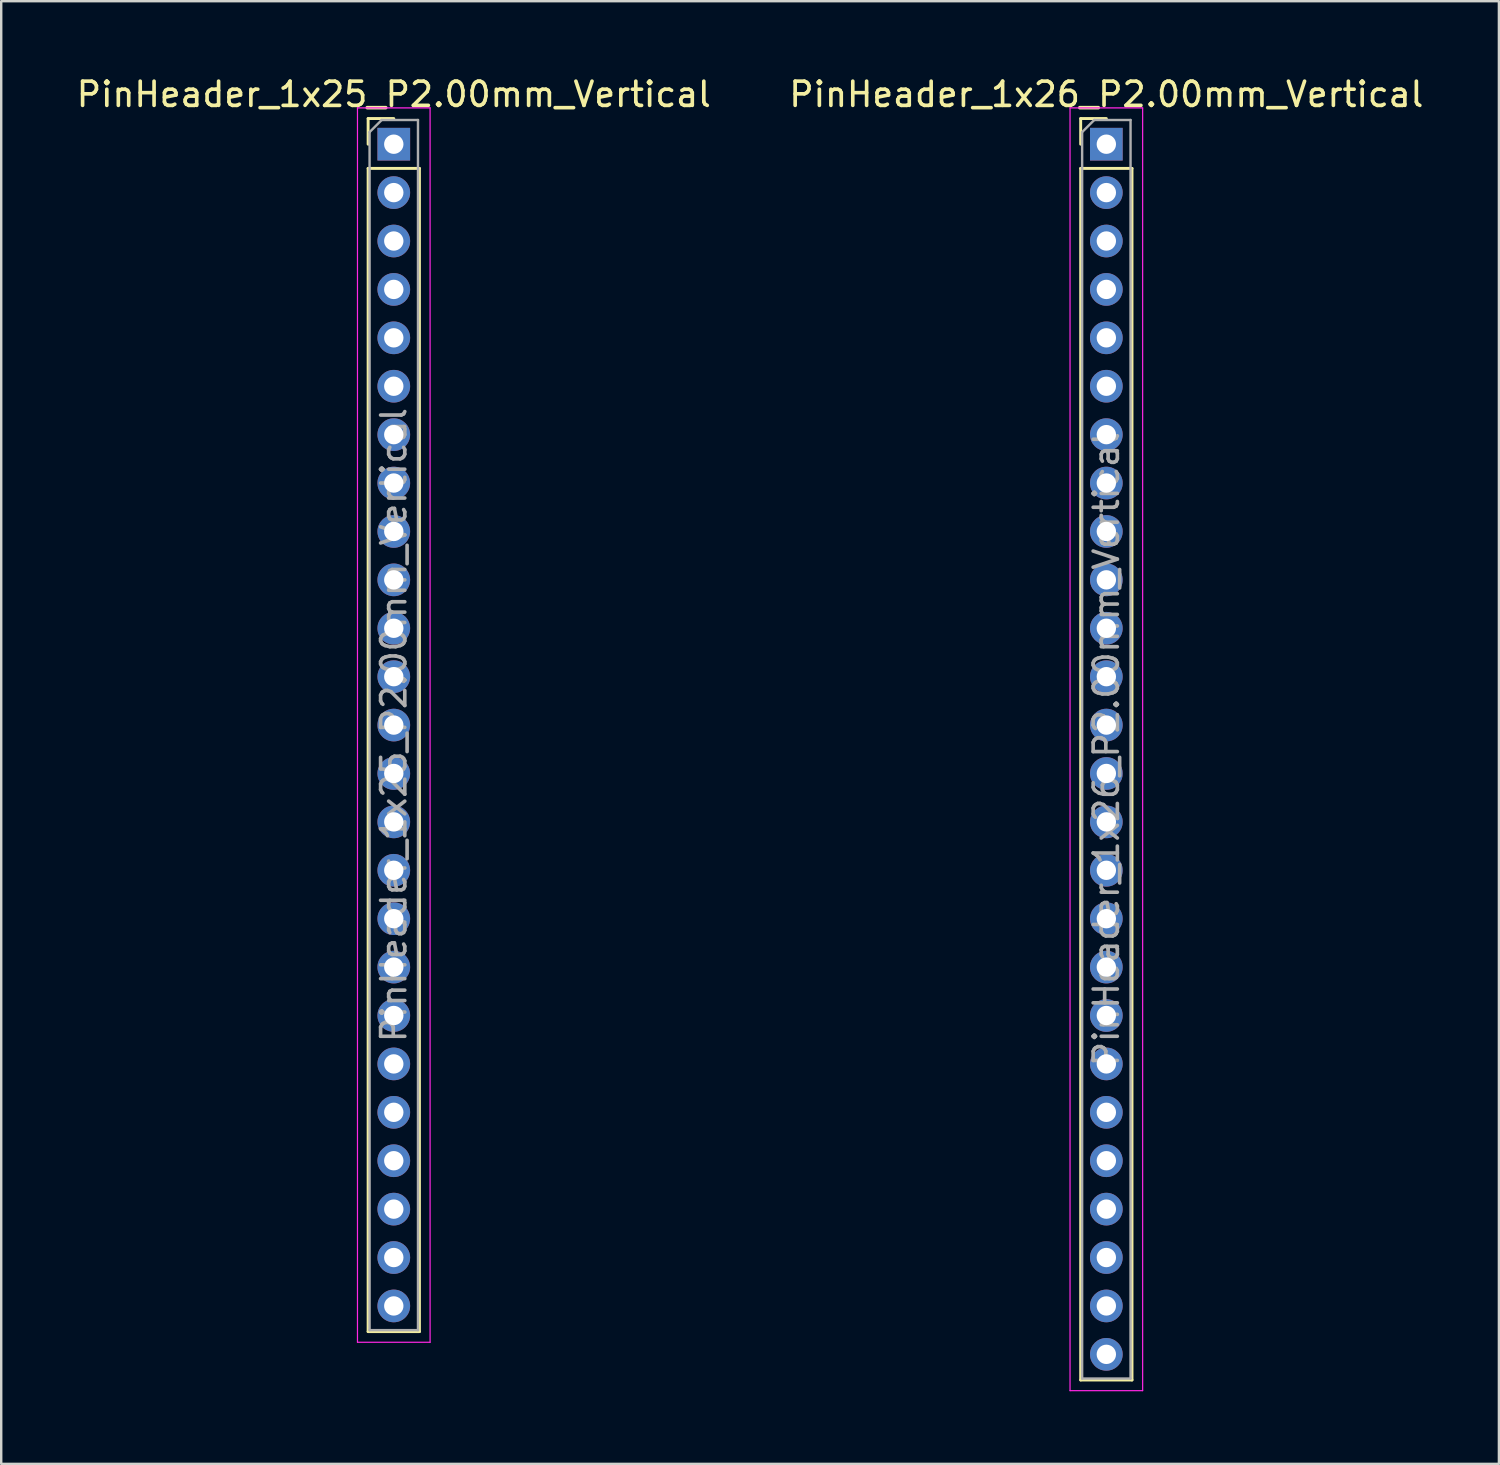
<source format=kicad_pcb>
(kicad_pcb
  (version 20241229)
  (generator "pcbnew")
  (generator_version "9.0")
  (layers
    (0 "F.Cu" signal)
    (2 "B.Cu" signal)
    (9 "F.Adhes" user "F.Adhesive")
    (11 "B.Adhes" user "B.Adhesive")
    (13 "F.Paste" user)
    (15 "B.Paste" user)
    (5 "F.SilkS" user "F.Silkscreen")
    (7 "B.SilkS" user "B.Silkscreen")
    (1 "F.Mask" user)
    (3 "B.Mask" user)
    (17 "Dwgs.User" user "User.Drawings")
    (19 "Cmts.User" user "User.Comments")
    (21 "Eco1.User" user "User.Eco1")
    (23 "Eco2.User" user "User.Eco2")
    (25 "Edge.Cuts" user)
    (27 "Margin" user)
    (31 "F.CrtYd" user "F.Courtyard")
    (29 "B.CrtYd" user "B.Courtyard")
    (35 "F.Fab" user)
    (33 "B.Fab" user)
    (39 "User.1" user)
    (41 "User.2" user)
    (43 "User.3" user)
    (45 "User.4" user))
  (footprint "PinHeader_1x26_P2.00mm_Vertical"
    (layer "F.Cu")
    (at 42.661 2.908)
    (property "Reference" "PinHeader_1x26_P2.00mm_Vertical" (at 0 -2.06 0) (layer "F.SilkS") (effects (font (size 1 1) (thickness 0.15))))
    (attr through_hole)
    (fp_line (start -1.06 -1.06) (end 0 -1.06) (stroke (width 0.12) (type solid)) (layer "F.SilkS"))
    (fp_line (start -1.06 0) (end -1.06 -1.06) (stroke (width 0.12) (type solid)) (layer "F.SilkS"))
    (fp_line (start -1.06 1) (end -1.06 51.06) (stroke (width 0.12) (type solid)) (layer "F.SilkS"))
    (fp_line (start -1.06 1) (end 1.06 1) (stroke (width 0.12) (type solid)) (layer "F.SilkS"))
    (fp_line (start -1.06 51.06) (end 1.06 51.06) (stroke (width 0.12) (type solid)) (layer "F.SilkS"))
    (fp_line (start 1.06 1) (end 1.06 51.06) (stroke (width 0.12) (type solid)) (layer "F.SilkS"))
    (fp_line (start -1.5 -1.5) (end -1.5 51.5) (stroke (width 0.05) (type solid)) (layer "F.CrtYd"))
    (fp_line (start -1.5 51.5) (end 1.5 51.5) (stroke (width 0.05) (type solid)) (layer "F.CrtYd"))
    (fp_line (start 1.5 -1.5) (end -1.5 -1.5) (stroke (width 0.05) (type solid)) (layer "F.CrtYd"))
    (fp_line (start 1.5 51.5) (end 1.5 -1.5) (stroke (width 0.05) (type solid)) (layer "F.CrtYd"))
    (fp_line (start -1 -0.5) (end -0.5 -1) (stroke (width 0.1) (type solid)) (layer "F.Fab"))
    (fp_line (start -1 51) (end -1 -0.5) (stroke (width 0.1) (type solid)) (layer "F.Fab"))
    (fp_line (start -0.5 -1) (end 1 -1) (stroke (width 0.1) (type solid)) (layer "F.Fab"))
    (fp_line (start 1 -1) (end 1 51) (stroke (width 0.1) (type solid)) (layer "F.Fab"))
    (fp_line (start 1 51) (end -1 51) (stroke (width 0.1) (type solid)) (layer "F.Fab"))
    (fp_text user "${REFERENCE}" (at 0 25 90) (layer "F.Fab") (effects (font (size 1 1) (thickness 0.15))))
    (pad "1" thru_hole rect (at 0 0) (size 1.35 1.35) (drill 0.8) (layers "*.Cu" "*.Mask"))
    (pad "2" thru_hole oval (at 0 2) (size 1.35 1.35) (drill 0.8) (layers "*.Cu" "*.Mask"))
    (pad "3" thru_hole oval (at 0 4) (size 1.35 1.35) (drill 0.8) (layers "*.Cu" "*.Mask"))
    (pad "4" thru_hole oval (at 0 6) (size 1.35 1.35) (drill 0.8) (layers "*.Cu" "*.Mask"))
    (pad "5" thru_hole oval (at 0 8) (size 1.35 1.35) (drill 0.8) (layers "*.Cu" "*.Mask"))
    (pad "6" thru_hole oval (at 0 10) (size 1.35 1.35) (drill 0.8) (layers "*.Cu" "*.Mask"))
    (pad "7" thru_hole oval (at 0 12) (size 1.35 1.35) (drill 0.8) (layers "*.Cu" "*.Mask"))
    (pad "8" thru_hole oval (at 0 14) (size 1.35 1.35) (drill 0.8) (layers "*.Cu" "*.Mask"))
    (pad "9" thru_hole oval (at 0 16) (size 1.35 1.35) (drill 0.8) (layers "*.Cu" "*.Mask"))
    (pad "10" thru_hole oval (at 0 18) (size 1.35 1.35) (drill 0.8) (layers "*.Cu" "*.Mask"))
    (pad "11" thru_hole oval (at 0 20) (size 1.35 1.35) (drill 0.8) (layers "*.Cu" "*.Mask"))
    (pad "12" thru_hole oval (at 0 22) (size 1.35 1.35) (drill 0.8) (layers "*.Cu" "*.Mask"))
    (pad "13" thru_hole oval (at 0 24) (size 1.35 1.35) (drill 0.8) (layers "*.Cu" "*.Mask"))
    (pad "14" thru_hole oval (at 0 26) (size 1.35 1.35) (drill 0.8) (layers "*.Cu" "*.Mask"))
    (pad "15" thru_hole oval (at 0 28) (size 1.35 1.35) (drill 0.8) (layers "*.Cu" "*.Mask"))
    (pad "16" thru_hole oval (at 0 30) (size 1.35 1.35) (drill 0.8) (layers "*.Cu" "*.Mask"))
    (pad "17" thru_hole oval (at 0 32) (size 1.35 1.35) (drill 0.8) (layers "*.Cu" "*.Mask"))
    (pad "18" thru_hole oval (at 0 34) (size 1.35 1.35) (drill 0.8) (layers "*.Cu" "*.Mask"))
    (pad "19" thru_hole oval (at 0 36) (size 1.35 1.35) (drill 0.8) (layers "*.Cu" "*.Mask"))
    (pad "20" thru_hole oval (at 0 38) (size 1.35 1.35) (drill 0.8) (layers "*.Cu" "*.Mask"))
    (pad "21" thru_hole oval (at 0 40) (size 1.35 1.35) (drill 0.8) (layers "*.Cu" "*.Mask"))
    (pad "22" thru_hole oval (at 0 42) (size 1.35 1.35) (drill 0.8) (layers "*.Cu" "*.Mask"))
    (pad "23" thru_hole oval (at 0 44) (size 1.35 1.35) (drill 0.8) (layers "*.Cu" "*.Mask"))
    (pad "24" thru_hole oval (at 0 46) (size 1.35 1.35) (drill 0.8) (layers "*.Cu" "*.Mask"))
    (pad "25" thru_hole oval (at 0 48) (size 1.35 1.35) (drill 0.8) (layers "*.Cu" "*.Mask"))
    (pad "26" thru_hole oval (at 0 50) (size 1.35 1.35) (drill 0.8) (layers "*.Cu" "*.Mask")))
  (footprint "PinHeader_1x25_P2.00mm_Vertical"
    (layer "F.Cu")
    (at 13.22 2.908)
    (property "Reference" "PinHeader_1x25_P2.00mm_Vertical" (at 0 -2.06 0) (layer "F.SilkS") (effects (font (size 1 1) (thickness 0.15))))
    (attr through_hole)
    (fp_line (start -1.06 -1.06) (end 0 -1.06) (stroke (width 0.12) (type solid)) (layer "F.SilkS"))
    (fp_line (start -1.06 0) (end -1.06 -1.06) (stroke (width 0.12) (type solid)) (layer "F.SilkS"))
    (fp_line (start -1.06 1) (end -1.06 49.06) (stroke (width 0.12) (type solid)) (layer "F.SilkS"))
    (fp_line (start -1.06 1) (end 1.06 1) (stroke (width 0.12) (type solid)) (layer "F.SilkS"))
    (fp_line (start -1.06 49.06) (end 1.06 49.06) (stroke (width 0.12) (type solid)) (layer "F.SilkS"))
    (fp_line (start 1.06 1) (end 1.06 49.06) (stroke (width 0.12) (type solid)) (layer "F.SilkS"))
    (fp_line (start -1.5 -1.5) (end -1.5 49.5) (stroke (width 0.05) (type solid)) (layer "F.CrtYd"))
    (fp_line (start -1.5 49.5) (end 1.5 49.5) (stroke (width 0.05) (type solid)) (layer "F.CrtYd"))
    (fp_line (start 1.5 -1.5) (end -1.5 -1.5) (stroke (width 0.05) (type solid)) (layer "F.CrtYd"))
    (fp_line (start 1.5 49.5) (end 1.5 -1.5) (stroke (width 0.05) (type solid)) (layer "F.CrtYd"))
    (fp_line (start -1 -0.5) (end -0.5 -1) (stroke (width 0.1) (type solid)) (layer "F.Fab"))
    (fp_line (start -1 49) (end -1 -0.5) (stroke (width 0.1) (type solid)) (layer "F.Fab"))
    (fp_line (start -0.5 -1) (end 1 -1) (stroke (width 0.1) (type solid)) (layer "F.Fab"))
    (fp_line (start 1 -1) (end 1 49) (stroke (width 0.1) (type solid)) (layer "F.Fab"))
    (fp_line (start 1 49) (end -1 49) (stroke (width 0.1) (type solid)) (layer "F.Fab"))
    (fp_text user "${REFERENCE}" (at 0 24 90) (layer "F.Fab") (effects (font (size 1 1) (thickness 0.15))))
    (pad "1" thru_hole rect (at 0 0) (size 1.35 1.35) (drill 0.8) (layers "*.Cu" "*.Mask"))
    (pad "2" thru_hole oval (at 0 2) (size 1.35 1.35) (drill 0.8) (layers "*.Cu" "*.Mask"))
    (pad "3" thru_hole oval (at 0 4) (size 1.35 1.35) (drill 0.8) (layers "*.Cu" "*.Mask"))
    (pad "4" thru_hole oval (at 0 6) (size 1.35 1.35) (drill 0.8) (layers "*.Cu" "*.Mask"))
    (pad "5" thru_hole oval (at 0 8) (size 1.35 1.35) (drill 0.8) (layers "*.Cu" "*.Mask"))
    (pad "6" thru_hole oval (at 0 10) (size 1.35 1.35) (drill 0.8) (layers "*.Cu" "*.Mask"))
    (pad "7" thru_hole oval (at 0 12) (size 1.35 1.35) (drill 0.8) (layers "*.Cu" "*.Mask"))
    (pad "8" thru_hole oval (at 0 14) (size 1.35 1.35) (drill 0.8) (layers "*.Cu" "*.Mask"))
    (pad "9" thru_hole oval (at 0 16) (size 1.35 1.35) (drill 0.8) (layers "*.Cu" "*.Mask"))
    (pad "10" thru_hole oval (at 0 18) (size 1.35 1.35) (drill 0.8) (layers "*.Cu" "*.Mask"))
    (pad "11" thru_hole oval (at 0 20) (size 1.35 1.35) (drill 0.8) (layers "*.Cu" "*.Mask"))
    (pad "12" thru_hole oval (at 0 22) (size 1.35 1.35) (drill 0.8) (layers "*.Cu" "*.Mask"))
    (pad "13" thru_hole oval (at 0 24) (size 1.35 1.35) (drill 0.8) (layers "*.Cu" "*.Mask"))
    (pad "14" thru_hole oval (at 0 26) (size 1.35 1.35) (drill 0.8) (layers "*.Cu" "*.Mask"))
    (pad "15" thru_hole oval (at 0 28) (size 1.35 1.35) (drill 0.8) (layers "*.Cu" "*.Mask"))
    (pad "16" thru_hole oval (at 0 30) (size 1.35 1.35) (drill 0.8) (layers "*.Cu" "*.Mask"))
    (pad "17" thru_hole oval (at 0 32) (size 1.35 1.35) (drill 0.8) (layers "*.Cu" "*.Mask"))
    (pad "18" thru_hole oval (at 0 34) (size 1.35 1.35) (drill 0.8) (layers "*.Cu" "*.Mask"))
    (pad "19" thru_hole oval (at 0 36) (size 1.35 1.35) (drill 0.8) (layers "*.Cu" "*.Mask"))
    (pad "20" thru_hole oval (at 0 38) (size 1.35 1.35) (drill 0.8) (layers "*.Cu" "*.Mask"))
    (pad "21" thru_hole oval (at 0 40) (size 1.35 1.35) (drill 0.8) (layers "*.Cu" "*.Mask"))
    (pad "22" thru_hole oval (at 0 42) (size 1.35 1.35) (drill 0.8) (layers "*.Cu" "*.Mask"))
    (pad "23" thru_hole oval (at 0 44) (size 1.35 1.35) (drill 0.8) (layers "*.Cu" "*.Mask"))
    (pad "24" thru_hole oval (at 0 46) (size 1.35 1.35) (drill 0.8) (layers "*.Cu" "*.Mask"))
    (pad "25" thru_hole oval (at 0 48) (size 1.35 1.35) (drill 0.8) (layers "*.Cu" "*.Mask")))
  (gr_rect
    (start -3 -3)
    (end 58.881 57.433)
    (stroke (width 0.1) (type default))
    (fill no)
    (layer "Edge.Cuts")))
</source>
